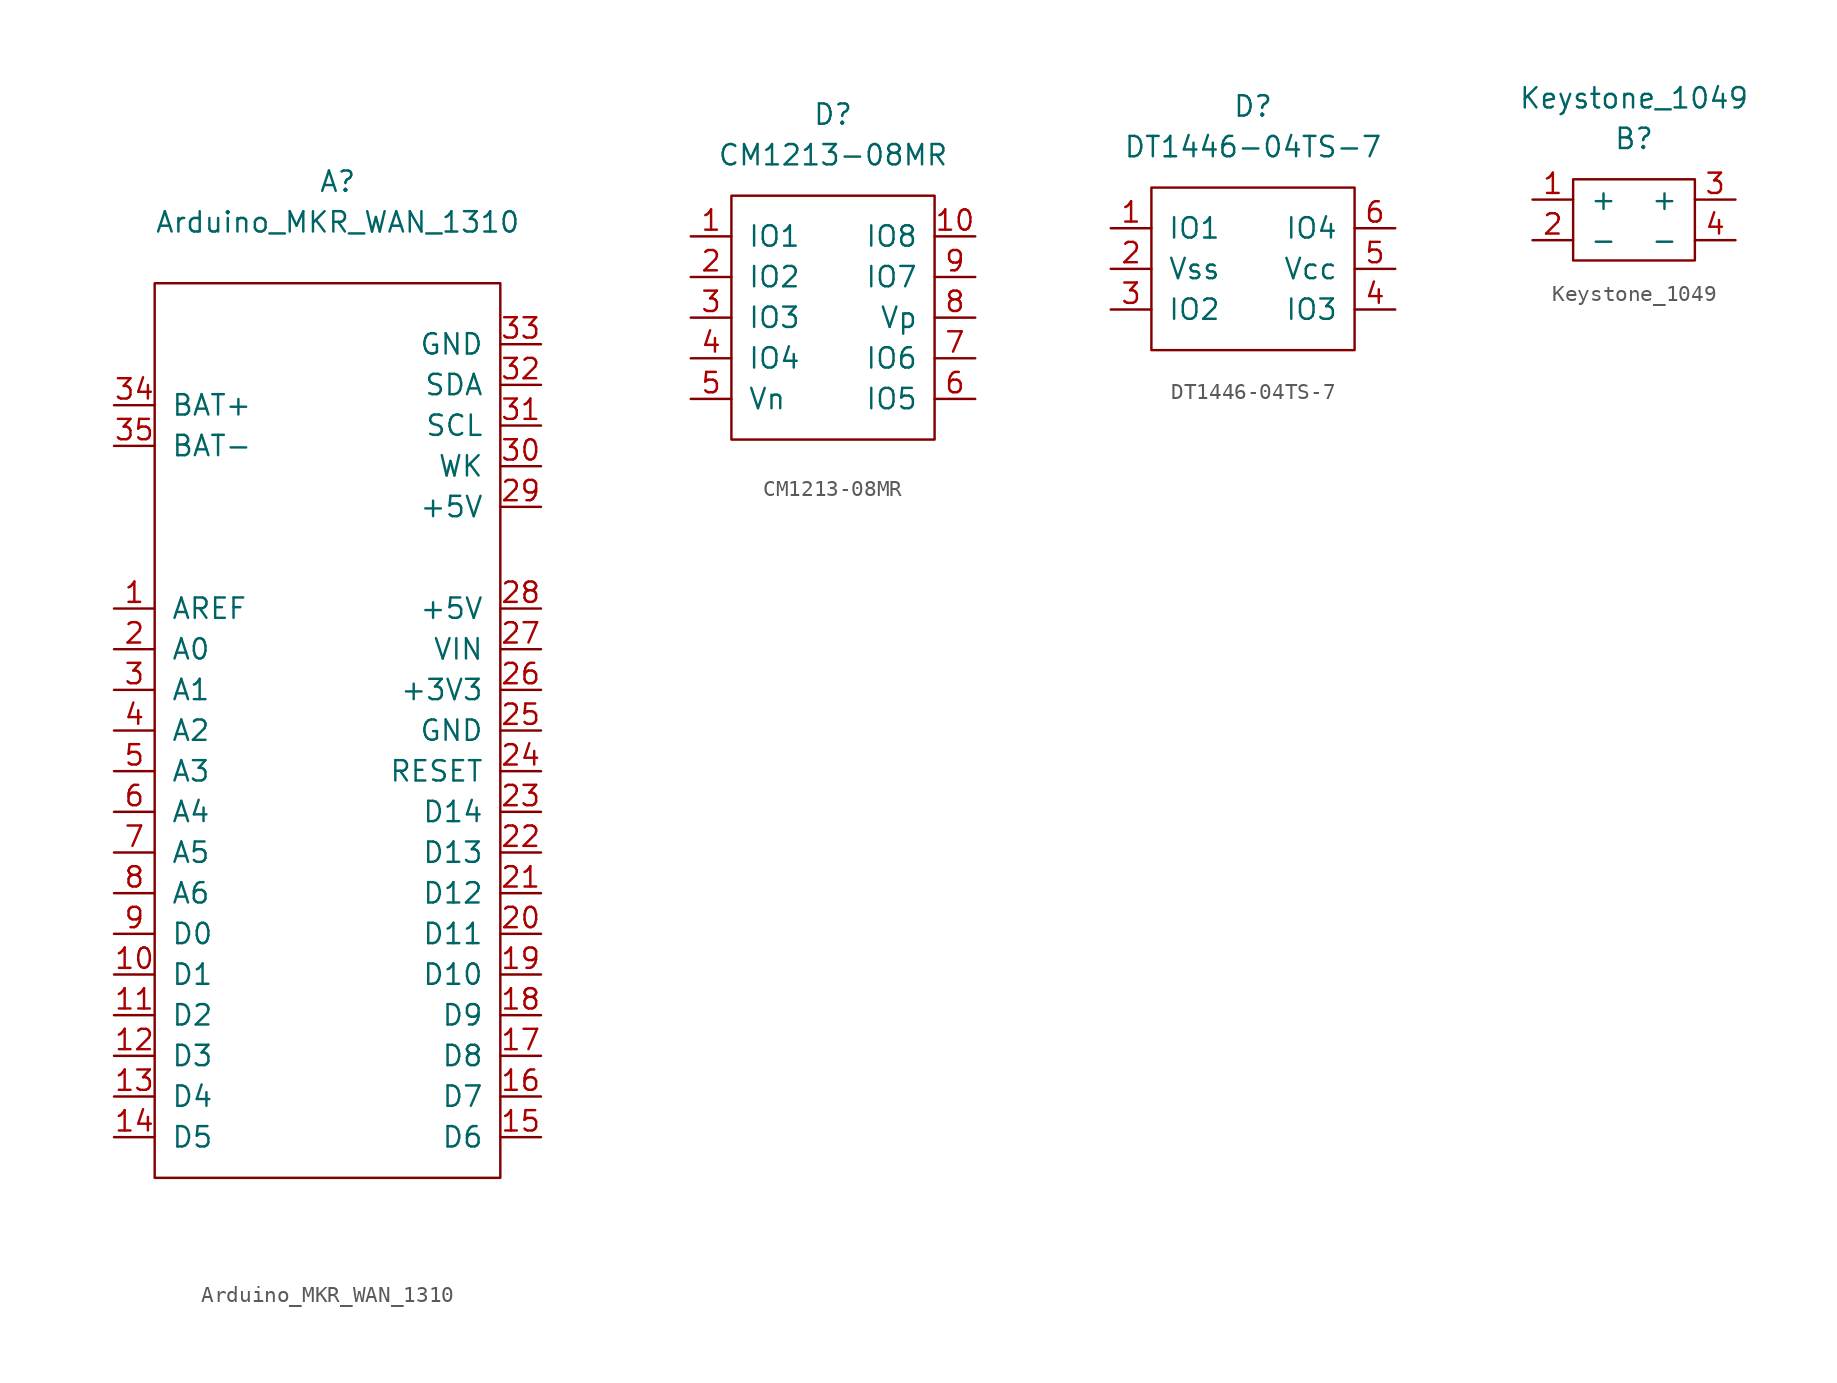
<source format=kicad_sym>
(kicad_symbol_lib
  (version 20211014)
  (generator kicad_symbol_editor)
  (symbol "Arduino_MKR_WAN_1310"
    (pin_names
      (offset 1.016))
    (property "Reference" "A"
      (at 0 33.02 0)
      (effects (font (size 1.27 1.27))))
    (property "Value" "Arduino_MKR_WAN_1310"
      (at 0 30.48 0)
      (effects (font (size 1.27 1.27))))
    (symbol "Arduino_MKR_WAN_1310_0_1"
      (rectangle (start 10.16 26.67) (end -11.43 -29.21) (stroke (width 0) (type default) (color 0 0 0 0)) (fill (type none))))
    (symbol "Arduino_MKR_WAN_1310_1_1"
      (pin input line (at -13.97 6.35 0) (length 2.54) (name "AREF" (effects (font (size 1.27 1.27)))) (number "1" (effects (font (size 1.27 1.27)))))
      (pin bidirectional line (at -13.97 -16.51 0) (length 2.54) (name "D1" (effects (font (size 1.27 1.27)))) (number "10" (effects (font (size 1.27 1.27)))))
      (pin bidirectional line (at -13.97 -19.05 0) (length 2.54) (name "D2" (effects (font (size 1.27 1.27)))) (number "11" (effects (font (size 1.27 1.27)))))
      (pin bidirectional line (at -13.97 -21.59 0) (length 2.54) (name "D3" (effects (font (size 1.27 1.27)))) (number "12" (effects (font (size 1.27 1.27)))))
      (pin bidirectional line (at -13.97 -24.13 0) (length 2.54) (name "D4" (effects (font (size 1.27 1.27)))) (number "13" (effects (font (size 1.27 1.27)))))
      (pin bidirectional line (at -13.97 -26.67 0) (length 2.54) (name "D5" (effects (font (size 1.27 1.27)))) (number "14" (effects (font (size 1.27 1.27)))))
      (pin bidirectional line (at 12.7 -26.67 180) (length 2.54) (name "D6" (effects (font (size 1.27 1.27)))) (number "15" (effects (font (size 1.27 1.27)))))
      (pin bidirectional line (at 12.7 -24.13 180) (length 2.54) (name "D7" (effects (font (size 1.27 1.27)))) (number "16" (effects (font (size 1.27 1.27)))))
      (pin bidirectional line (at 12.7 -21.59 180) (length 2.54) (name "D8" (effects (font (size 1.27 1.27)))) (number "17" (effects (font (size 1.27 1.27)))))
      (pin bidirectional line (at 12.7 -19.05 180) (length 2.54) (name "D9" (effects (font (size 1.27 1.27)))) (number "18" (effects (font (size 1.27 1.27)))))
      (pin bidirectional line (at 12.7 -16.51 180) (length 2.54) (name "D10" (effects (font (size 1.27 1.27)))) (number "19" (effects (font (size 1.27 1.27)))))
      (pin bidirectional line (at -13.97 3.81 0) (length 2.54) (name "A0" (effects (font (size 1.27 1.27)))) (number "2" (effects (font (size 1.27 1.27)))))
      (pin bidirectional line (at 12.7 -13.97 180) (length 2.54) (name "D11" (effects (font (size 1.27 1.27)))) (number "20" (effects (font (size 1.27 1.27)))))
      (pin bidirectional line (at 12.7 -11.43 180) (length 2.54) (name "D12" (effects (font (size 1.27 1.27)))) (number "21" (effects (font (size 1.27 1.27)))))
      (pin bidirectional line (at 12.7 -8.89 180) (length 2.54) (name "D13" (effects (font (size 1.27 1.27)))) (number "22" (effects (font (size 1.27 1.27)))))
      (pin bidirectional line (at 12.7 -6.35 180) (length 2.54) (name "D14" (effects (font (size 1.27 1.27)))) (number "23" (effects (font (size 1.27 1.27)))))
      (pin input line (at 12.7 -3.81 180) (length 2.54) (name "RESET" (effects (font (size 1.27 1.27)))) (number "24" (effects (font (size 1.27 1.27)))))
      (pin power_in line (at 12.7 -1.27 180) (length 2.54) (name "GND" (effects (font (size 1.27 1.27)))) (number "25" (effects (font (size 1.27 1.27)))))
      (pin power_out line (at 12.7 1.27 180) (length 2.54) (name "+3V3" (effects (font (size 1.27 1.27)))) (number "26" (effects (font (size 1.27 1.27)))))
      (pin power_in line (at 12.7 3.81 180) (length 2.54) (name "VIN" (effects (font (size 1.27 1.27)))) (number "27" (effects (font (size 1.27 1.27)))))
      (pin power_out line (at 12.7 6.35 180) (length 2.54) (name "+5V" (effects (font (size 1.27 1.27)))) (number "28" (effects (font (size 1.27 1.27)))))
      (pin power_out line (at 12.7 12.7 180) (length 2.54) (name "+5V" (effects (font (size 1.27 1.27)))) (number "29" (effects (font (size 1.27 1.27)))))
      (pin bidirectional line (at -13.97 1.27 0) (length 2.54) (name "A1" (effects (font (size 1.27 1.27)))) (number "3" (effects (font (size 1.27 1.27)))))
      (pin bidirectional line (at 12.7 15.24 180) (length 2.54) (name "WK" (effects (font (size 1.27 1.27)))) (number "30" (effects (font (size 1.27 1.27)))))
      (pin bidirectional line (at 12.7 17.78 180) (length 2.54) (name "SCL" (effects (font (size 1.27 1.27)))) (number "31" (effects (font (size 1.27 1.27)))))
      (pin bidirectional line (at 12.7 20.32 180) (length 2.54) (name "SDA" (effects (font (size 1.27 1.27)))) (number "32" (effects (font (size 1.27 1.27)))))
      (pin power_in line (at 12.7 22.86 180) (length 2.54) (name "GND" (effects (font (size 1.27 1.27)))) (number "33" (effects (font (size 1.27 1.27)))))
      (pin power_in line (at -13.97 19.05 0) (length 2.54) (name "BAT+" (effects (font (size 1.27 1.27)))) (number "34" (effects (font (size 1.27 1.27)))))
      (pin power_in line (at -13.97 16.51 0) (length 2.54) (name "BAT-" (effects (font (size 1.27 1.27)))) (number "35" (effects (font (size 1.27 1.27)))))
      (pin bidirectional line (at -13.97 -1.27 0) (length 2.54) (name "A2" (effects (font (size 1.27 1.27)))) (number "4" (effects (font (size 1.27 1.27)))))
      (pin bidirectional line (at -13.97 -3.81 0) (length 2.54) (name "A3" (effects (font (size 1.27 1.27)))) (number "5" (effects (font (size 1.27 1.27)))))
      (pin bidirectional line (at -13.97 -6.35 0) (length 2.54) (name "A4" (effects (font (size 1.27 1.27)))) (number "6" (effects (font (size 1.27 1.27)))))
      (pin bidirectional line (at -13.97 -8.89 0) (length 2.54) (name "A5" (effects (font (size 1.27 1.27)))) (number "7" (effects (font (size 1.27 1.27)))))
      (pin bidirectional line (at -13.97 -11.43 0) (length 2.54) (name "A6" (effects (font (size 1.27 1.27)))) (number "8" (effects (font (size 1.27 1.27)))))
      (pin bidirectional line (at -13.97 -13.97 0) (length 2.54) (name "D0" (effects (font (size 1.27 1.27)))) (number "9" (effects (font (size 1.27 1.27)))))))
  (symbol "CM1213-08MR"
    (pin_names
      (offset 1.016))
    (property "Reference" "D"
      (at 0 12.7 0)
      (effects (font (size 1.27 1.27))))
    (property "Value" "CM1213-08MR"
      (at 0 10.16 0)
      (effects (font (size 1.27 1.27))))
    (symbol "CM1213-08MR_0_1"
      (rectangle (start 6.35 7.62) (end -6.35 -7.62) (stroke (width 0) (type default) (color 0 0 0 0)) (fill (type none))))
    (symbol "CM1213-08MR_1_1"
      (pin passive line (at -8.89 5.08 0) (length 2.54) (name "IO1" (effects (font (size 1.27 1.27)))) (number "1" (effects (font (size 1.27 1.27)))))
      (pin passive line (at 8.89 5.08 180) (length 2.54) (name "IO8" (effects (font (size 1.27 1.27)))) (number "10" (effects (font (size 1.27 1.27)))))
      (pin passive line (at -8.89 2.54 0) (length 2.54) (name "IO2" (effects (font (size 1.27 1.27)))) (number "2" (effects (font (size 1.27 1.27)))))
      (pin passive line (at -8.89 0 0) (length 2.54) (name "IO3" (effects (font (size 1.27 1.27)))) (number "3" (effects (font (size 1.27 1.27)))))
      (pin passive line (at -8.89 -2.54 0) (length 2.54) (name "IO4" (effects (font (size 1.27 1.27)))) (number "4" (effects (font (size 1.27 1.27)))))
      (pin passive line (at -8.89 -5.08 0) (length 2.54) (name "Vn" (effects (font (size 1.27 1.27)))) (number "5" (effects (font (size 1.27 1.27)))))
      (pin passive line (at 8.89 -5.08 180) (length 2.54) (name "IO5" (effects (font (size 1.27 1.27)))) (number "6" (effects (font (size 1.27 1.27)))))
      (pin passive line (at 8.89 -2.54 180) (length 2.54) (name "IO6" (effects (font (size 1.27 1.27)))) (number "7" (effects (font (size 1.27 1.27)))))
      (pin passive line (at 8.89 0 180) (length 2.54) (name "Vp" (effects (font (size 1.27 1.27)))) (number "8" (effects (font (size 1.27 1.27)))))
      (pin passive line (at 8.89 2.54 180) (length 2.54) (name "IO7" (effects (font (size 1.27 1.27)))) (number "9" (effects (font (size 1.27 1.27)))))))
  (symbol "DT1446-04TS-7"
    (pin_names
      (offset 1.016))
    (property "Reference" "D"
      (at 0 10.16 0)
      (effects (font (size 1.27 1.27))))
    (property "Value" "DT1446-04TS-7"
      (at 0 7.62 0)
      (effects (font (size 1.27 1.27))))
    (symbol "DT1446-04TS-7_0_1"
      (rectangle (start 6.35 5.08) (end -6.35 -5.08) (stroke (width 0) (type default) (color 0 0 0 0)) (fill (type none))))
    (symbol "DT1446-04TS-7_1_1"
      (pin passive line (at -8.89 2.54 0) (length 2.54) (name "IO1" (effects (font (size 1.27 1.27)))) (number "1" (effects (font (size 1.27 1.27)))))
      (pin passive line (at -8.89 0 0) (length 2.54) (name "Vss" (effects (font (size 1.27 1.27)))) (number "2" (effects (font (size 1.27 1.27)))))
      (pin passive line (at -8.89 -2.54 0) (length 2.54) (name "IO2" (effects (font (size 1.27 1.27)))) (number "3" (effects (font (size 1.27 1.27)))))
      (pin passive line (at 8.89 -2.54 180) (length 2.54) (name "IO3" (effects (font (size 1.27 1.27)))) (number "4" (effects (font (size 1.27 1.27)))))
      (pin passive line (at 8.89 0 180) (length 2.54) (name "Vcc" (effects (font (size 1.27 1.27)))) (number "5" (effects (font (size 1.27 1.27)))))
      (pin passive line (at 8.89 2.54 180) (length 2.54) (name "IO4" (effects (font (size 1.27 1.27)))) (number "6" (effects (font (size 1.27 1.27)))))))
  (symbol "Keystone_1049"
    (pin_names
      (offset 1.016))
    (property "Reference" "B"
      (at 0 5.08 0)
      (effects (font (size 1.27 1.27))))
    (property "Value" "Keystone_1049"
      (at 0 7.62 0)
      (effects (font (size 1.27 1.27))))
    (symbol "Keystone_1049_0_1"
      (rectangle (start -3.81 2.54) (end 3.81 -2.54) (stroke (width 0) (type default) (color 0 0 0 0)) (fill (type none))))
    (symbol "Keystone_1049_1_1"
      (pin power_out line (at -6.35 1.27 0) (length 2.54) (name "+" (effects (font (size 1.27 1.27)))) (number "1" (effects (font (size 1.27 1.27)))))
      (pin power_out line (at -6.35 -1.27 0) (length 2.54) (name "-" (effects (font (size 1.27 1.27)))) (number "2" (effects (font (size 1.27 1.27)))))
      (pin power_out line (at 6.35 1.27 180) (length 2.54) (name "+" (effects (font (size 1.27 1.27)))) (number "3" (effects (font (size 1.27 1.27)))))
      (pin power_out line (at 6.35 -1.27 180) (length 2.54) (name "-" (effects (font (size 1.27 1.27)))) (number "4" (effects (font (size 1.27 1.27))))))))
</source>
